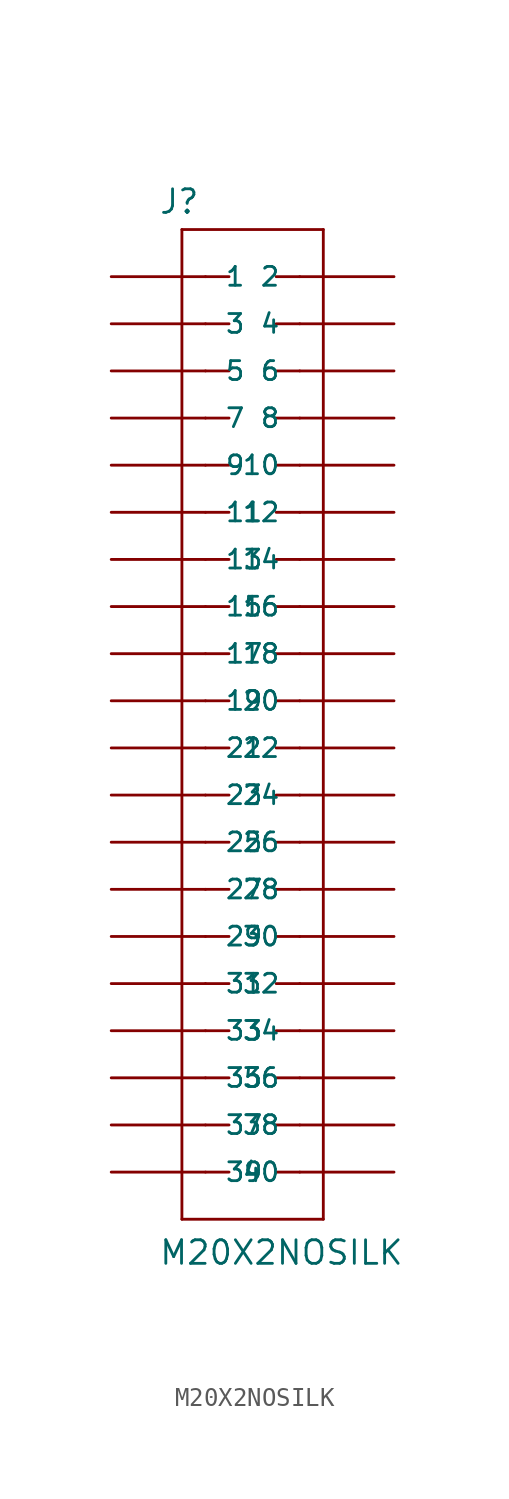
<source format=kicad_sym>
(kicad_symbol_lib
  (version 20211014)
  (generator kicad_symbol_editor)
  (symbol "M20X2NOSILK"
    (pin_numbers hide)
    (pin_names
      (offset 1.016))
    (property "Reference" "J"
      (at -5.08 26.162 0)
      (effects (font (size 1.27 1.27)) (justify left bottom)))
    (property "Value" "M20X2NOSILK"
      (at -5.08 -30.48 0)
      (effects (font (size 1.27 1.27)) (justify left bottom)))
    (property "Datasheet" ""
      (at 0 0 0)
      (effects (font (size 1.524 1.524))))
    (property "ki_locked" ""
      (at 0 0 0)
      (effects (font (size 1.27 1.27))))
    (symbol "M20X2NOSILK_1_0"
      (polyline (pts (xy -3.81 25.4) (xy -3.81 -27.94)) (stroke (width 0) (type default) (color 0 0 0 0)) (fill (type none)))
      (polyline (pts (xy -3.81 25.4) (xy 3.81 25.4)) (stroke (width 0) (type default) (color 0 0 0 0)) (fill (type none)))
      (polyline (pts (xy -1.27 -25.4) (xy -2.54 -25.4)) (stroke (width 0) (type default) (color 0 0 0 0)) (fill (type none)))
      (polyline (pts (xy -1.27 -22.86) (xy -2.54 -22.86)) (stroke (width 0) (type default) (color 0 0 0 0)) (fill (type none)))
      (polyline (pts (xy -1.27 -20.32) (xy -2.54 -20.32)) (stroke (width 0) (type default) (color 0 0 0 0)) (fill (type none)))
      (polyline (pts (xy -1.27 -17.78) (xy -2.54 -17.78)) (stroke (width 0) (type default) (color 0 0 0 0)) (fill (type none)))
      (polyline (pts (xy -1.27 -15.24) (xy -2.54 -15.24)) (stroke (width 0) (type default) (color 0 0 0 0)) (fill (type none)))
      (polyline (pts (xy -1.27 -12.7) (xy -2.54 -12.7)) (stroke (width 0) (type default) (color 0 0 0 0)) (fill (type none)))
      (polyline (pts (xy -1.27 -10.16) (xy -2.54 -10.16)) (stroke (width 0) (type default) (color 0 0 0 0)) (fill (type none)))
      (polyline (pts (xy -1.27 -7.62) (xy -2.54 -7.62)) (stroke (width 0) (type default) (color 0 0 0 0)) (fill (type none)))
      (polyline (pts (xy -1.27 -5.08) (xy -2.54 -5.08)) (stroke (width 0) (type default) (color 0 0 0 0)) (fill (type none)))
      (polyline (pts (xy -1.27 -2.54) (xy -2.54 -2.54)) (stroke (width 0) (type default) (color 0 0 0 0)) (fill (type none)))
      (polyline (pts (xy -1.27 0) (xy -2.54 0)) (stroke (width 0) (type default) (color 0 0 0 0)) (fill (type none)))
      (polyline (pts (xy -1.27 2.54) (xy -2.54 2.54)) (stroke (width 0) (type default) (color 0 0 0 0)) (fill (type none)))
      (polyline (pts (xy -1.27 5.08) (xy -2.54 5.08)) (stroke (width 0) (type default) (color 0 0 0 0)) (fill (type none)))
      (polyline (pts (xy -1.27 7.62) (xy -2.54 7.62)) (stroke (width 0) (type default) (color 0 0 0 0)) (fill (type none)))
      (polyline (pts (xy -1.27 10.16) (xy -2.54 10.16)) (stroke (width 0) (type default) (color 0 0 0 0)) (fill (type none)))
      (polyline (pts (xy -1.27 12.7) (xy -2.54 12.7)) (stroke (width 0) (type default) (color 0 0 0 0)) (fill (type none)))
      (polyline (pts (xy -1.27 15.24) (xy -2.54 15.24)) (stroke (width 0) (type default) (color 0 0 0 0)) (fill (type none)))
      (polyline (pts (xy -1.27 17.78) (xy -2.54 17.78)) (stroke (width 0) (type default) (color 0 0 0 0)) (fill (type none)))
      (polyline (pts (xy -1.27 20.32) (xy -2.54 20.32)) (stroke (width 0) (type default) (color 0 0 0 0)) (fill (type none)))
      (polyline (pts (xy -1.27 22.86) (xy -2.54 22.86)) (stroke (width 0) (type default) (color 0 0 0 0)) (fill (type none)))
      (polyline (pts (xy 1.27 -25.4) (xy 2.54 -25.4)) (stroke (width 0) (type default) (color 0 0 0 0)) (fill (type none)))
      (polyline (pts (xy 1.27 -22.86) (xy 2.54 -22.86)) (stroke (width 0) (type default) (color 0 0 0 0)) (fill (type none)))
      (polyline (pts (xy 1.27 -20.32) (xy 2.54 -20.32)) (stroke (width 0) (type default) (color 0 0 0 0)) (fill (type none)))
      (polyline (pts (xy 1.27 -17.78) (xy 2.54 -17.78)) (stroke (width 0) (type default) (color 0 0 0 0)) (fill (type none)))
      (polyline (pts (xy 1.27 -15.24) (xy 2.54 -15.24)) (stroke (width 0) (type default) (color 0 0 0 0)) (fill (type none)))
      (polyline (pts (xy 1.27 -12.7) (xy 2.54 -12.7)) (stroke (width 0) (type default) (color 0 0 0 0)) (fill (type none)))
      (polyline (pts (xy 1.27 -10.16) (xy 2.54 -10.16)) (stroke (width 0) (type default) (color 0 0 0 0)) (fill (type none)))
      (polyline (pts (xy 1.27 -7.62) (xy 2.54 -7.62)) (stroke (width 0) (type default) (color 0 0 0 0)) (fill (type none)))
      (polyline (pts (xy 1.27 -5.08) (xy 2.54 -5.08)) (stroke (width 0) (type default) (color 0 0 0 0)) (fill (type none)))
      (polyline (pts (xy 1.27 -2.54) (xy 2.54 -2.54)) (stroke (width 0) (type default) (color 0 0 0 0)) (fill (type none)))
      (polyline (pts (xy 1.27 0) (xy 2.54 0)) (stroke (width 0) (type default) (color 0 0 0 0)) (fill (type none)))
      (polyline (pts (xy 1.27 2.54) (xy 2.54 2.54)) (stroke (width 0) (type default) (color 0 0 0 0)) (fill (type none)))
      (polyline (pts (xy 1.27 5.08) (xy 2.54 5.08)) (stroke (width 0) (type default) (color 0 0 0 0)) (fill (type none)))
      (polyline (pts (xy 1.27 7.62) (xy 2.54 7.62)) (stroke (width 0) (type default) (color 0 0 0 0)) (fill (type none)))
      (polyline (pts (xy 1.27 10.16) (xy 2.54 10.16)) (stroke (width 0) (type default) (color 0 0 0 0)) (fill (type none)))
      (polyline (pts (xy 1.27 12.7) (xy 2.54 12.7)) (stroke (width 0) (type default) (color 0 0 0 0)) (fill (type none)))
      (polyline (pts (xy 1.27 15.24) (xy 2.54 15.24)) (stroke (width 0) (type default) (color 0 0 0 0)) (fill (type none)))
      (polyline (pts (xy 1.27 17.78) (xy 2.54 17.78)) (stroke (width 0) (type default) (color 0 0 0 0)) (fill (type none)))
      (polyline (pts (xy 1.27 20.32) (xy 2.54 20.32)) (stroke (width 0) (type default) (color 0 0 0 0)) (fill (type none)))
      (polyline (pts (xy 1.27 22.86) (xy 2.54 22.86)) (stroke (width 0) (type default) (color 0 0 0 0)) (fill (type none)))
      (polyline (pts (xy 3.81 -27.94) (xy -3.81 -27.94)) (stroke (width 0) (type default) (color 0 0 0 0)) (fill (type none)))
      (polyline (pts (xy 3.81 -27.94) (xy 3.81 25.4)) (stroke (width 0) (type default) (color 0 0 0 0)) (fill (type none))))
    (symbol "M20X2NOSILK_1_1"
      (pin passive line (at -7.62 22.86 0) (length 5.08) (name "1" (effects (font (size 1.016 1.016)))) (number "1" (effects (font (size 1.016 1.016)))))
      (pin passive line (at 7.62 12.7 180) (length 5.08) (name "10" (effects (font (size 1.016 1.016)))) (number "10" (effects (font (size 1.016 1.016)))))
      (pin passive line (at -7.62 10.16 0) (length 5.08) (name "11" (effects (font (size 1.016 1.016)))) (number "11" (effects (font (size 1.016 1.016)))))
      (pin passive line (at 7.62 10.16 180) (length 5.08) (name "12" (effects (font (size 1.016 1.016)))) (number "12" (effects (font (size 1.016 1.016)))))
      (pin passive line (at -7.62 7.62 0) (length 5.08) (name "13" (effects (font (size 1.016 1.016)))) (number "13" (effects (font (size 1.016 1.016)))))
      (pin passive line (at 7.62 7.62 180) (length 5.08) (name "14" (effects (font (size 1.016 1.016)))) (number "14" (effects (font (size 1.016 1.016)))))
      (pin passive line (at -7.62 5.08 0) (length 5.08) (name "15" (effects (font (size 1.016 1.016)))) (number "15" (effects (font (size 1.016 1.016)))))
      (pin passive line (at 7.62 5.08 180) (length 5.08) (name "16" (effects (font (size 1.016 1.016)))) (number "16" (effects (font (size 1.016 1.016)))))
      (pin passive line (at -7.62 2.54 0) (length 5.08) (name "17" (effects (font (size 1.016 1.016)))) (number "17" (effects (font (size 1.016 1.016)))))
      (pin passive line (at 7.62 2.54 180) (length 5.08) (name "18" (effects (font (size 1.016 1.016)))) (number "18" (effects (font (size 1.016 1.016)))))
      (pin passive line (at -7.62 0 0) (length 5.08) (name "19" (effects (font (size 1.016 1.016)))) (number "19" (effects (font (size 1.016 1.016)))))
      (pin passive line (at 7.62 22.86 180) (length 5.08) (name "2" (effects (font (size 1.016 1.016)))) (number "2" (effects (font (size 1.016 1.016)))))
      (pin passive line (at 7.62 0 180) (length 5.08) (name "20" (effects (font (size 1.016 1.016)))) (number "20" (effects (font (size 1.016 1.016)))))
      (pin passive line (at -7.62 -2.54 0) (length 5.08) (name "21" (effects (font (size 1.016 1.016)))) (number "21" (effects (font (size 1.016 1.016)))))
      (pin passive line (at 7.62 -2.54 180) (length 5.08) (name "22" (effects (font (size 1.016 1.016)))) (number "22" (effects (font (size 1.016 1.016)))))
      (pin passive line (at -7.62 -5.08 0) (length 5.08) (name "23" (effects (font (size 1.016 1.016)))) (number "23" (effects (font (size 1.016 1.016)))))
      (pin passive line (at 7.62 -5.08 180) (length 5.08) (name "24" (effects (font (size 1.016 1.016)))) (number "24" (effects (font (size 1.016 1.016)))))
      (pin passive line (at -7.62 -7.62 0) (length 5.08) (name "25" (effects (font (size 1.016 1.016)))) (number "25" (effects (font (size 1.016 1.016)))))
      (pin passive line (at 7.62 -7.62 180) (length 5.08) (name "26" (effects (font (size 1.016 1.016)))) (number "26" (effects (font (size 1.016 1.016)))))
      (pin passive line (at -7.62 -10.16 0) (length 5.08) (name "27" (effects (font (size 1.016 1.016)))) (number "27" (effects (font (size 1.016 1.016)))))
      (pin passive line (at 7.62 -10.16 180) (length 5.08) (name "28" (effects (font (size 1.016 1.016)))) (number "28" (effects (font (size 1.016 1.016)))))
      (pin passive line (at -7.62 -12.7 0) (length 5.08) (name "29" (effects (font (size 1.016 1.016)))) (number "29" (effects (font (size 1.016 1.016)))))
      (pin passive line (at -7.62 20.32 0) (length 5.08) (name "3" (effects (font (size 1.016 1.016)))) (number "3" (effects (font (size 1.016 1.016)))))
      (pin passive line (at 7.62 -12.7 180) (length 5.08) (name "30" (effects (font (size 1.016 1.016)))) (number "30" (effects (font (size 1.016 1.016)))))
      (pin passive line (at -7.62 -15.24 0) (length 5.08) (name "31" (effects (font (size 1.016 1.016)))) (number "31" (effects (font (size 1.016 1.016)))))
      (pin passive line (at 7.62 -15.24 180) (length 5.08) (name "32" (effects (font (size 1.016 1.016)))) (number "32" (effects (font (size 1.016 1.016)))))
      (pin passive line (at -7.62 -17.78 0) (length 5.08) (name "33" (effects (font (size 1.016 1.016)))) (number "33" (effects (font (size 1.016 1.016)))))
      (pin passive line (at 7.62 -17.78 180) (length 5.08) (name "34" (effects (font (size 1.016 1.016)))) (number "34" (effects (font (size 1.016 1.016)))))
      (pin passive line (at -7.62 -20.32 0) (length 5.08) (name "35" (effects (font (size 1.016 1.016)))) (number "35" (effects (font (size 1.016 1.016)))))
      (pin passive line (at 7.62 -20.32 180) (length 5.08) (name "36" (effects (font (size 1.016 1.016)))) (number "36" (effects (font (size 1.016 1.016)))))
      (pin passive line (at -7.62 -22.86 0) (length 5.08) (name "37" (effects (font (size 1.016 1.016)))) (number "37" (effects (font (size 1.016 1.016)))))
      (pin passive line (at 7.62 -22.86 180) (length 5.08) (name "38" (effects (font (size 1.016 1.016)))) (number "38" (effects (font (size 1.016 1.016)))))
      (pin passive line (at -7.62 -25.4 0) (length 5.08) (name "39" (effects (font (size 1.016 1.016)))) (number "39" (effects (font (size 1.016 1.016)))))
      (pin passive line (at 7.62 20.32 180) (length 5.08) (name "4" (effects (font (size 1.016 1.016)))) (number "4" (effects (font (size 1.016 1.016)))))
      (pin passive line (at 7.62 -25.4 180) (length 5.08) (name "40" (effects (font (size 1.016 1.016)))) (number "40" (effects (font (size 1.016 1.016)))))
      (pin passive line (at -7.62 17.78 0) (length 5.08) (name "5" (effects (font (size 1.016 1.016)))) (number "5" (effects (font (size 1.016 1.016)))))
      (pin passive line (at 7.62 17.78 180) (length 5.08) (name "6" (effects (font (size 1.016 1.016)))) (number "6" (effects (font (size 1.016 1.016)))))
      (pin passive line (at -7.62 15.24 0) (length 5.08) (name "7" (effects (font (size 1.016 1.016)))) (number "7" (effects (font (size 1.016 1.016)))))
      (pin passive line (at 7.62 15.24 180) (length 5.08) (name "8" (effects (font (size 1.016 1.016)))) (number "8" (effects (font (size 1.016 1.016)))))
      (pin passive line (at -7.62 12.7 0) (length 5.08) (name "9" (effects (font (size 1.016 1.016)))) (number "9" (effects (font (size 1.016 1.016))))))))
</source>
